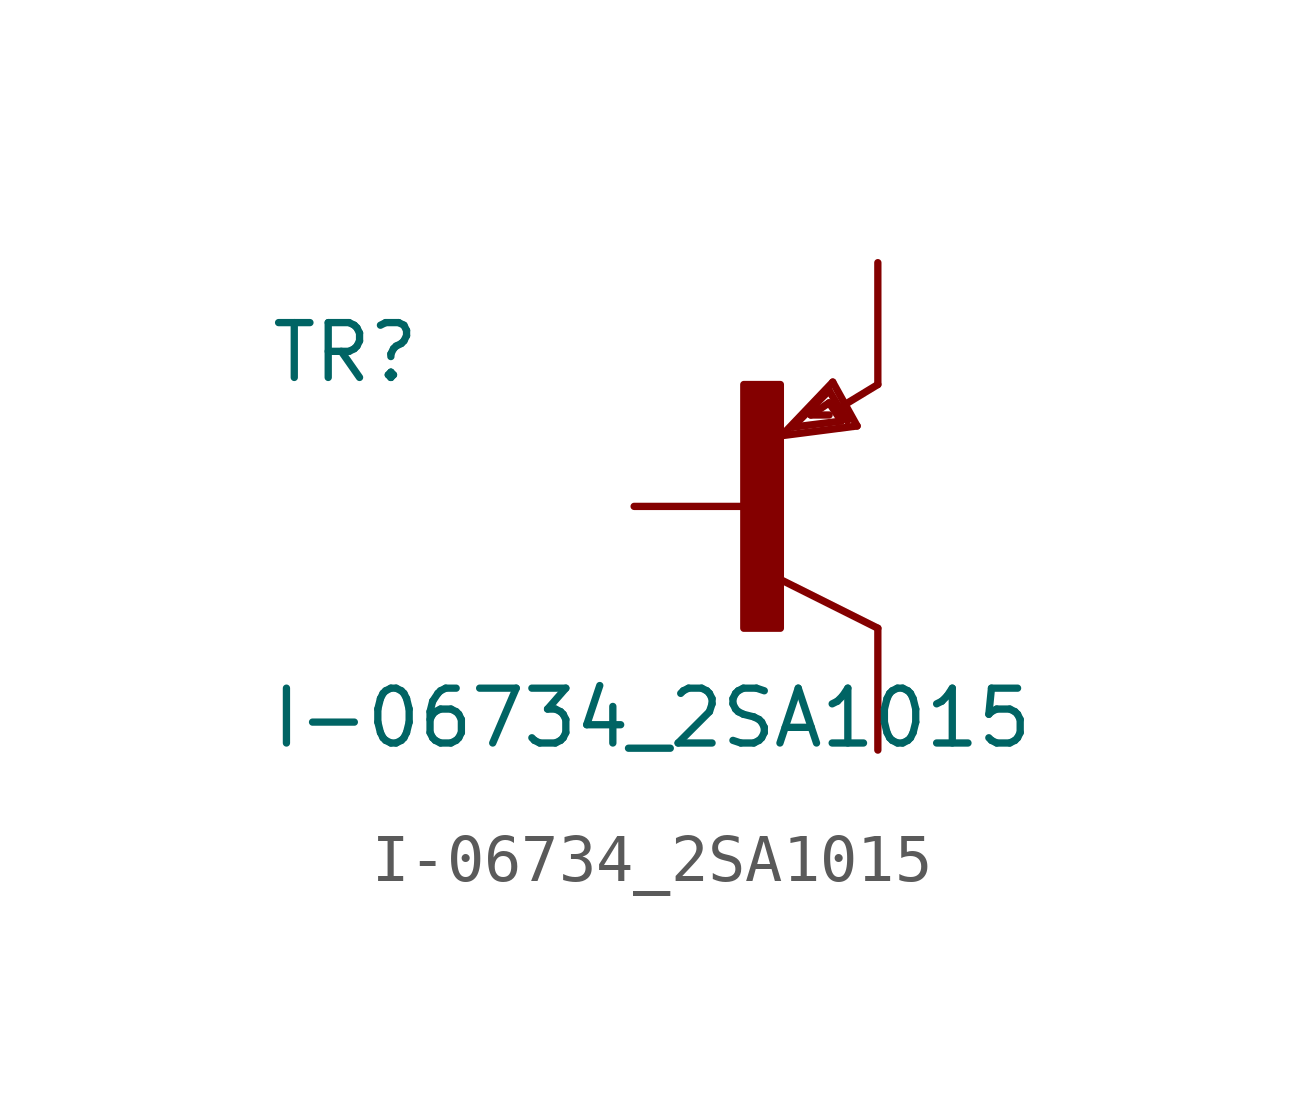
<source format=kicad_sym>
(kicad_symbol_lib
  (version 20211014)
  (generator kicad_symbol_editor)
  (symbol "I-06734_2SA1015"
    (pin_numbers hide)
    (pin_names
      (offset 1.016) hide)
    (property "Reference" "TR"
      (at -12.7 2.54 0)
      (effects (font (size 1.143 1.143)) (justify left bottom)))
    (property "Value" "I-06734_2SA1015"
      (at -12.7 -5.08 0)
      (effects (font (size 1.143 1.143)) (justify left bottom)))
    (property "ki_locked" ""
      (at 0 0 0)
      (effects (font (size 1.27 1.27))))
    (symbol "I-06734_2SA1015_1_0"
      (polyline (pts (xy -2.007 1.473) (xy -0.432 1.676)) (stroke (width 0) (type default) (color 0 0 0 0)) (fill (type none)))
      (polyline (pts (xy -1.778 1.651) (xy -0.762 1.778)) (stroke (width 0) (type default) (color 0 0 0 0)) (fill (type none)))
      (polyline (pts (xy -1.397 1.905) (xy -1.016 1.905)) (stroke (width 0) (type default) (color 0 0 0 0)) (fill (type none)))
      (polyline (pts (xy -1.016 2.159) (xy -1.397 1.905)) (stroke (width 0) (type default) (color 0 0 0 0)) (fill (type none)))
      (polyline (pts (xy -1.016 2.413) (xy -1.778 1.651)) (stroke (width 0) (type default) (color 0 0 0 0)) (fill (type none)))
      (polyline (pts (xy -0.94 2.591) (xy -2.007 1.473)) (stroke (width 0) (type default) (color 0 0 0 0)) (fill (type none)))
      (polyline (pts (xy -0.762 1.778) (xy -1.016 2.159)) (stroke (width 0) (type default) (color 0 0 0 0)) (fill (type none)))
      (polyline (pts (xy -0.635 1.778) (xy -1.016 2.413)) (stroke (width 0) (type default) (color 0 0 0 0)) (fill (type none)))
      (polyline (pts (xy -0.432 1.676) (xy -0.94 2.591)) (stroke (width 0) (type default) (color 0 0 0 0)) (fill (type none)))
      (polyline (pts (xy 0 -2.54) (xy -2.032 -1.524)) (stroke (width 0) (type default) (color 0 0 0 0)) (fill (type none)))
      (polyline (pts (xy 0 2.54) (xy -0.711 2.108)) (stroke (width 0) (type default) (color 0 0 0 0)) (fill (type none))))
    (symbol "I-06734_2SA1015_1_1"
      (rectangle (start -2.794 -2.54) (end -2.032 2.54) (stroke (width 0) (type default) (color 0 0 0 0)) (fill (type outline)))
      (pin passive line (at -5.08 0 0) (length 2.54) (name "B" (effects (font (size 1.016 1.016)))) (number "B" (effects (font (size 1.016 1.016)))))
      (pin passive line (at 0 -5.08 90) (length 2.54) (name "C" (effects (font (size 1.016 1.016)))) (number "C" (effects (font (size 1.016 1.016)))))
      (pin passive line (at 0 5.08 270) (length 2.54) (name "E" (effects (font (size 1.016 1.016)))) (number "E" (effects (font (size 1.016 1.016))))))))
</source>
